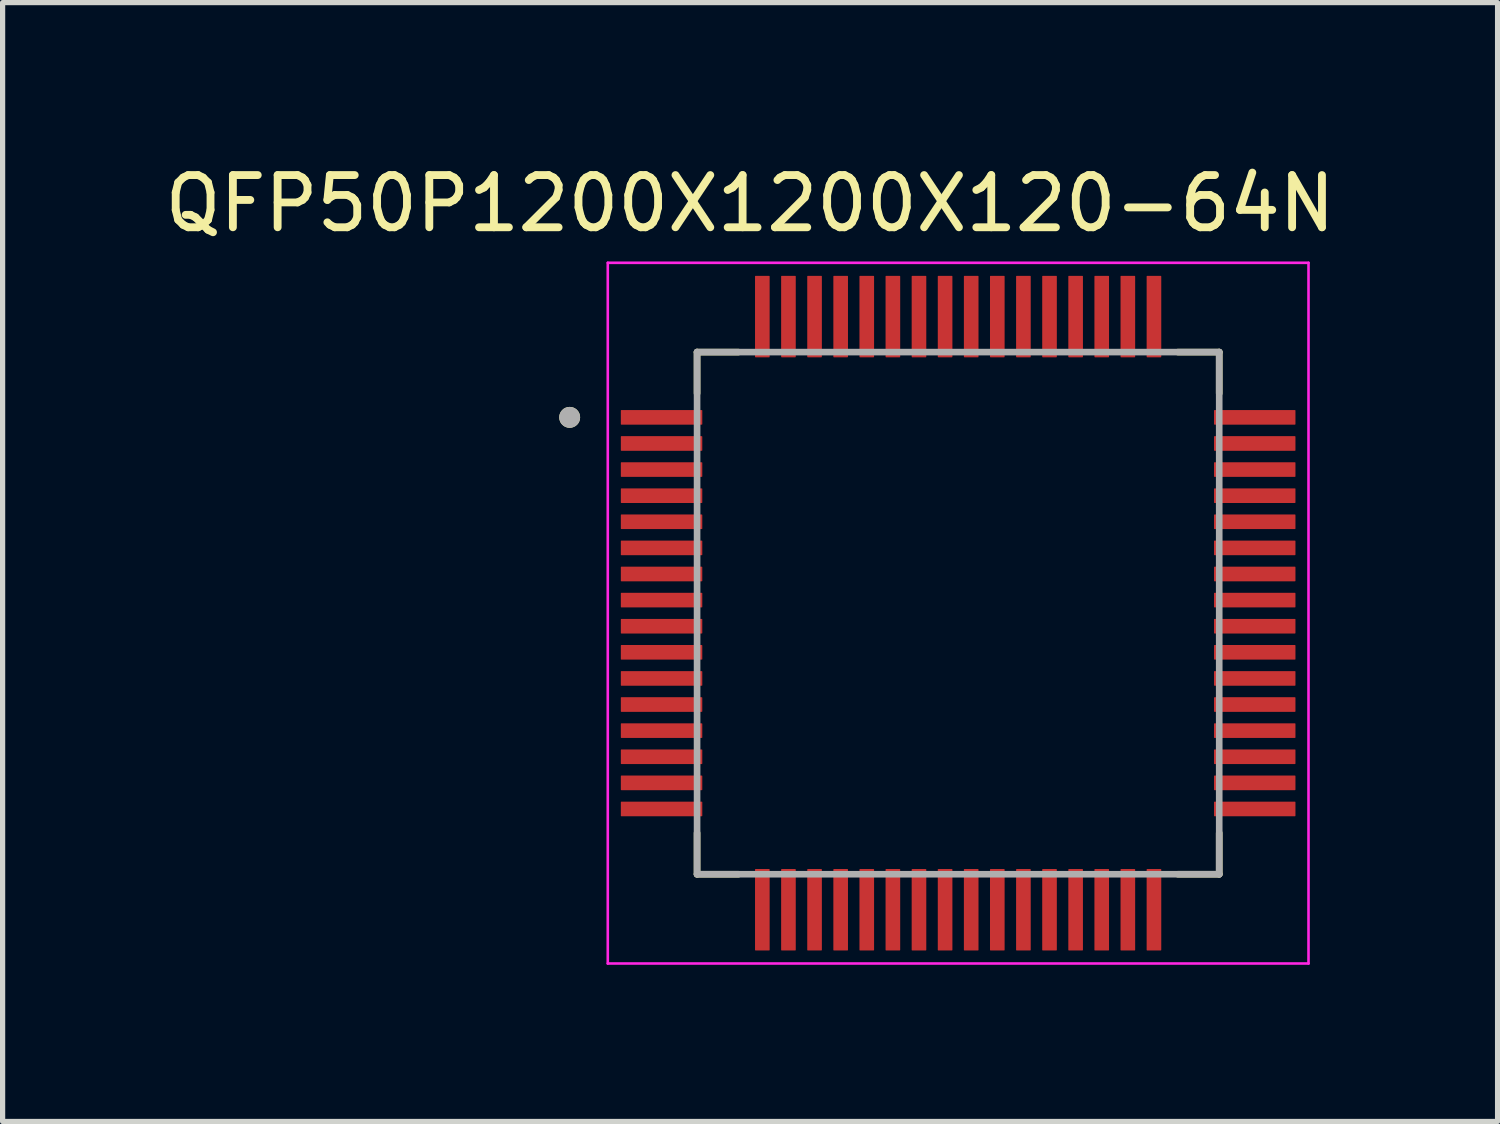
<source format=kicad_pcb>
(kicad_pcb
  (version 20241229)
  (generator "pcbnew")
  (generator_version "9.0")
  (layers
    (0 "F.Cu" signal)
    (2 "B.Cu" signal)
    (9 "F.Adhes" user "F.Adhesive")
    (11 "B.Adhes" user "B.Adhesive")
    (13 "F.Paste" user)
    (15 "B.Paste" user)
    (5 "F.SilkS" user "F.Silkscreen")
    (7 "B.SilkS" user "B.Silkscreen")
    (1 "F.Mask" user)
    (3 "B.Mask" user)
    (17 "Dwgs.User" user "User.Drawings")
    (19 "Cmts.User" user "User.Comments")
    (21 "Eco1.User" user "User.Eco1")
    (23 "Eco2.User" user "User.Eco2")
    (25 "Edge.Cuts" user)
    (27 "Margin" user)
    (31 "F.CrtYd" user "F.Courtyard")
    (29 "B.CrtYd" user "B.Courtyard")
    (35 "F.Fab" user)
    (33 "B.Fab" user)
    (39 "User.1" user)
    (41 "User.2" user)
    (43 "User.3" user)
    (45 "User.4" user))
  (footprint "QFP50P1200X1200X120-64N"
    (layer "F.Cu")
    (at 15.3 8.693)
    (property "Reference" "QFP50P1200X1200X120-64N" (at -3.985 -7.845 0) (layer "F.SilkS") (effects (font (size 1 1) (thickness 0.15))))
    (attr through_hole)
    (fp_line (start -5 -5) (end -5 -4.21) (stroke (width 0.127) (type solid)) (layer "F.SilkS"))
    (fp_line (start -5 -5) (end -4.21 -5) (stroke (width 0.127) (type solid)) (layer "F.SilkS"))
    (fp_line (start -5 5) (end -5 4.21) (stroke (width 0.127) (type solid)) (layer "F.SilkS"))
    (fp_line (start -5 5) (end -4.21 5) (stroke (width 0.127) (type solid)) (layer "F.SilkS"))
    (fp_line (start 5 -5) (end 4.21 -5) (stroke (width 0.127) (type solid)) (layer "F.SilkS"))
    (fp_line (start 5 -5) (end 5 -4.21) (stroke (width 0.127) (type solid)) (layer "F.SilkS"))
    (fp_line (start 5 5) (end 4.21 5) (stroke (width 0.127) (type solid)) (layer "F.SilkS"))
    (fp_line (start 5 5) (end 5 4.21) (stroke (width 0.127) (type solid)) (layer "F.SilkS"))
    (fp_circle (center -7.44 -3.75) (end -7.34 -3.75) (stroke (width 0.2) (type solid)) (fill no) (layer "F.SilkS"))
    (fp_line (start -6.71 -6.71) (end 6.71 -6.71) (stroke (width 0.05) (type solid)) (layer "F.CrtYd"))
    (fp_line (start -6.71 6.71) (end -6.71 -6.71) (stroke (width 0.05) (type solid)) (layer "F.CrtYd"))
    (fp_line (start -6.71 6.71) (end 6.71 6.71) (stroke (width 0.05) (type solid)) (layer "F.CrtYd"))
    (fp_line (start 6.71 6.71) (end 6.71 -6.71) (stroke (width 0.05) (type solid)) (layer "F.CrtYd"))
    (fp_line (start -5 5) (end -5 -5) (stroke (width 0.127) (type solid)) (layer "F.Fab"))
    (fp_line (start 5 -5) (end -5 -5) (stroke (width 0.127) (type solid)) (layer "F.Fab"))
    (fp_line (start 5 5) (end -5 5) (stroke (width 0.127) (type solid)) (layer "F.Fab"))
    (fp_line (start 5 5) (end 5 -5) (stroke (width 0.127) (type solid)) (layer "F.Fab"))
    (fp_circle (center -7.44 -3.75) (end -7.34 -3.75) (stroke (width 0.2) (type solid)) (fill no) (layer "F.Fab"))
    (pad "1" smd roundrect (at -5.68 -3.75) (size 1.56 0.28) (layers "F.Cu" "F.Mask" "F.Paste") (roundrect_rratio 0.04))
    (pad "2" smd roundrect (at -5.68 -3.25) (size 1.56 0.28) (layers "F.Cu" "F.Mask" "F.Paste") (roundrect_rratio 0.04))
    (pad "3" smd roundrect (at -5.68 -2.75) (size 1.56 0.28) (layers "F.Cu" "F.Mask" "F.Paste") (roundrect_rratio 0.04))
    (pad "4" smd roundrect (at -5.68 -2.25) (size 1.56 0.28) (layers "F.Cu" "F.Mask" "F.Paste") (roundrect_rratio 0.04))
    (pad "5" smd roundrect (at -5.68 -1.75) (size 1.56 0.28) (layers "F.Cu" "F.Mask" "F.Paste") (roundrect_rratio 0.04))
    (pad "6" smd roundrect (at -5.68 -1.25) (size 1.56 0.28) (layers "F.Cu" "F.Mask" "F.Paste") (roundrect_rratio 0.04))
    (pad "7" smd roundrect (at -5.68 -0.75) (size 1.56 0.28) (layers "F.Cu" "F.Mask" "F.Paste") (roundrect_rratio 0.04))
    (pad "8" smd roundrect (at -5.68 -0.25) (size 1.56 0.28) (layers "F.Cu" "F.Mask" "F.Paste") (roundrect_rratio 0.04))
    (pad "9" smd roundrect (at -5.68 0.25) (size 1.56 0.28) (layers "F.Cu" "F.Mask" "F.Paste") (roundrect_rratio 0.04))
    (pad "10" smd roundrect (at -5.68 0.75) (size 1.56 0.28) (layers "F.Cu" "F.Mask" "F.Paste") (roundrect_rratio 0.04))
    (pad "11" smd roundrect (at -5.68 1.25) (size 1.56 0.28) (layers "F.Cu" "F.Mask" "F.Paste") (roundrect_rratio 0.04))
    (pad "12" smd roundrect (at -5.68 1.75) (size 1.56 0.28) (layers "F.Cu" "F.Mask" "F.Paste") (roundrect_rratio 0.04))
    (pad "13" smd roundrect (at -5.68 2.25) (size 1.56 0.28) (layers "F.Cu" "F.Mask" "F.Paste") (roundrect_rratio 0.04))
    (pad "14" smd roundrect (at -5.68 2.75) (size 1.56 0.28) (layers "F.Cu" "F.Mask" "F.Paste") (roundrect_rratio 0.04))
    (pad "15" smd roundrect (at -5.68 3.25) (size 1.56 0.28) (layers "F.Cu" "F.Mask" "F.Paste") (roundrect_rratio 0.04))
    (pad "16" smd roundrect (at -5.68 3.75) (size 1.56 0.28) (layers "F.Cu" "F.Mask" "F.Paste") (roundrect_rratio 0.04))
    (pad "17" smd roundrect (at -3.75 5.68) (size 0.28 1.56) (layers "F.Cu" "F.Mask" "F.Paste") (roundrect_rratio 0.04))
    (pad "18" smd roundrect (at -3.25 5.68) (size 0.28 1.56) (layers "F.Cu" "F.Mask" "F.Paste") (roundrect_rratio 0.04))
    (pad "19" smd roundrect (at -2.75 5.68) (size 0.28 1.56) (layers "F.Cu" "F.Mask" "F.Paste") (roundrect_rratio 0.04))
    (pad "20" smd roundrect (at -2.25 5.68) (size 0.28 1.56) (layers "F.Cu" "F.Mask" "F.Paste") (roundrect_rratio 0.04))
    (pad "21" smd roundrect (at -1.75 5.68) (size 0.28 1.56) (layers "F.Cu" "F.Mask" "F.Paste") (roundrect_rratio 0.04))
    (pad "22" smd roundrect (at -1.25 5.68) (size 0.28 1.56) (layers "F.Cu" "F.Mask" "F.Paste") (roundrect_rratio 0.04))
    (pad "23" smd roundrect (at -0.75 5.68) (size 0.28 1.56) (layers "F.Cu" "F.Mask" "F.Paste") (roundrect_rratio 0.04))
    (pad "24" smd roundrect (at -0.25 5.68) (size 0.28 1.56) (layers "F.Cu" "F.Mask" "F.Paste") (roundrect_rratio 0.04))
    (pad "25" smd roundrect (at 0.25 5.68) (size 0.28 1.56) (layers "F.Cu" "F.Mask" "F.Paste") (roundrect_rratio 0.04))
    (pad "26" smd roundrect (at 0.75 5.68) (size 0.28 1.56) (layers "F.Cu" "F.Mask" "F.Paste") (roundrect_rratio 0.04))
    (pad "27" smd roundrect (at 1.25 5.68) (size 0.28 1.56) (layers "F.Cu" "F.Mask" "F.Paste") (roundrect_rratio 0.04))
    (pad "28" smd roundrect (at 1.75 5.68) (size 0.28 1.56) (layers "F.Cu" "F.Mask" "F.Paste") (roundrect_rratio 0.04))
    (pad "29" smd roundrect (at 2.25 5.68) (size 0.28 1.56) (layers "F.Cu" "F.Mask" "F.Paste") (roundrect_rratio 0.04))
    (pad "30" smd roundrect (at 2.75 5.68) (size 0.28 1.56) (layers "F.Cu" "F.Mask" "F.Paste") (roundrect_rratio 0.04))
    (pad "31" smd roundrect (at 3.25 5.68) (size 0.28 1.56) (layers "F.Cu" "F.Mask" "F.Paste") (roundrect_rratio 0.04))
    (pad "32" smd roundrect (at 3.75 5.68) (size 0.28 1.56) (layers "F.Cu" "F.Mask" "F.Paste") (roundrect_rratio 0.04))
    (pad "33" smd roundrect (at 5.68 3.75) (size 1.56 0.28) (layers "F.Cu" "F.Mask" "F.Paste") (roundrect_rratio 0.04))
    (pad "34" smd roundrect (at 5.68 3.25) (size 1.56 0.28) (layers "F.Cu" "F.Mask" "F.Paste") (roundrect_rratio 0.04))
    (pad "35" smd roundrect (at 5.68 2.75) (size 1.56 0.28) (layers "F.Cu" "F.Mask" "F.Paste") (roundrect_rratio 0.04))
    (pad "36" smd roundrect (at 5.68 2.25) (size 1.56 0.28) (layers "F.Cu" "F.Mask" "F.Paste") (roundrect_rratio 0.04))
    (pad "37" smd roundrect (at 5.68 1.75) (size 1.56 0.28) (layers "F.Cu" "F.Mask" "F.Paste") (roundrect_rratio 0.04))
    (pad "38" smd roundrect (at 5.68 1.25) (size 1.56 0.28) (layers "F.Cu" "F.Mask" "F.Paste") (roundrect_rratio 0.04))
    (pad "39" smd roundrect (at 5.68 0.75) (size 1.56 0.28) (layers "F.Cu" "F.Mask" "F.Paste") (roundrect_rratio 0.04))
    (pad "40" smd roundrect (at 5.68 0.25) (size 1.56 0.28) (layers "F.Cu" "F.Mask" "F.Paste") (roundrect_rratio 0.04))
    (pad "41" smd roundrect (at 5.68 -0.25) (size 1.56 0.28) (layers "F.Cu" "F.Mask" "F.Paste") (roundrect_rratio 0.04))
    (pad "42" smd roundrect (at 5.68 -0.75) (size 1.56 0.28) (layers "F.Cu" "F.Mask" "F.Paste") (roundrect_rratio 0.04))
    (pad "43" smd roundrect (at 5.68 -1.25) (size 1.56 0.28) (layers "F.Cu" "F.Mask" "F.Paste") (roundrect_rratio 0.04))
    (pad "44" smd roundrect (at 5.68 -1.75) (size 1.56 0.28) (layers "F.Cu" "F.Mask" "F.Paste") (roundrect_rratio 0.04))
    (pad "45" smd roundrect (at 5.68 -2.25) (size 1.56 0.28) (layers "F.Cu" "F.Mask" "F.Paste") (roundrect_rratio 0.04))
    (pad "46" smd roundrect (at 5.68 -2.75) (size 1.56 0.28) (layers "F.Cu" "F.Mask" "F.Paste") (roundrect_rratio 0.04))
    (pad "47" smd roundrect (at 5.68 -3.25) (size 1.56 0.28) (layers "F.Cu" "F.Mask" "F.Paste") (roundrect_rratio 0.04))
    (pad "48" smd roundrect (at 5.68 -3.75) (size 1.56 0.28) (layers "F.Cu" "F.Mask" "F.Paste") (roundrect_rratio 0.04))
    (pad "49" smd roundrect (at 3.75 -5.68) (size 0.28 1.56) (layers "F.Cu" "F.Mask" "F.Paste") (roundrect_rratio 0.04))
    (pad "50" smd roundrect (at 3.25 -5.68) (size 0.28 1.56) (layers "F.Cu" "F.Mask" "F.Paste") (roundrect_rratio 0.04))
    (pad "51" smd roundrect (at 2.75 -5.68) (size 0.28 1.56) (layers "F.Cu" "F.Mask" "F.Paste") (roundrect_rratio 0.04))
    (pad "52" smd roundrect (at 2.25 -5.68) (size 0.28 1.56) (layers "F.Cu" "F.Mask" "F.Paste") (roundrect_rratio 0.04))
    (pad "53" smd roundrect (at 1.75 -5.68) (size 0.28 1.56) (layers "F.Cu" "F.Mask" "F.Paste") (roundrect_rratio 0.04))
    (pad "54" smd roundrect (at 1.25 -5.68) (size 0.28 1.56) (layers "F.Cu" "F.Mask" "F.Paste") (roundrect_rratio 0.04))
    (pad "55" smd roundrect (at 0.75 -5.68) (size 0.28 1.56) (layers "F.Cu" "F.Mask" "F.Paste") (roundrect_rratio 0.04))
    (pad "56" smd roundrect (at 0.25 -5.68) (size 0.28 1.56) (layers "F.Cu" "F.Mask" "F.Paste") (roundrect_rratio 0.04))
    (pad "57" smd roundrect (at -0.25 -5.68) (size 0.28 1.56) (layers "F.Cu" "F.Mask" "F.Paste") (roundrect_rratio 0.04))
    (pad "58" smd roundrect (at -0.75 -5.68) (size 0.28 1.56) (layers "F.Cu" "F.Mask" "F.Paste") (roundrect_rratio 0.04))
    (pad "59" smd roundrect (at -1.25 -5.68) (size 0.28 1.56) (layers "F.Cu" "F.Mask" "F.Paste") (roundrect_rratio 0.04))
    (pad "60" smd roundrect (at -1.75 -5.68) (size 0.28 1.56) (layers "F.Cu" "F.Mask" "F.Paste") (roundrect_rratio 0.04))
    (pad "61" smd roundrect (at -2.25 -5.68) (size 0.28 1.56) (layers "F.Cu" "F.Mask" "F.Paste") (roundrect_rratio 0.04))
    (pad "62" smd roundrect (at -2.75 -5.68) (size 0.28 1.56) (layers "F.Cu" "F.Mask" "F.Paste") (roundrect_rratio 0.04))
    (pad "63" smd roundrect (at -3.25 -5.68) (size 0.28 1.56) (layers "F.Cu" "F.Mask" "F.Paste") (roundrect_rratio 0.04))
    (pad "64" smd roundrect (at -3.75 -5.68) (size 0.28 1.56) (layers "F.Cu" "F.Mask" "F.Paste") (roundrect_rratio 0.04)))
  (gr_rect
    (start -3 -3)
    (end 25.631 18.428)
    (stroke (width 0.1) (type default))
    (fill no)
    (layer "Edge.Cuts")))
</source>
